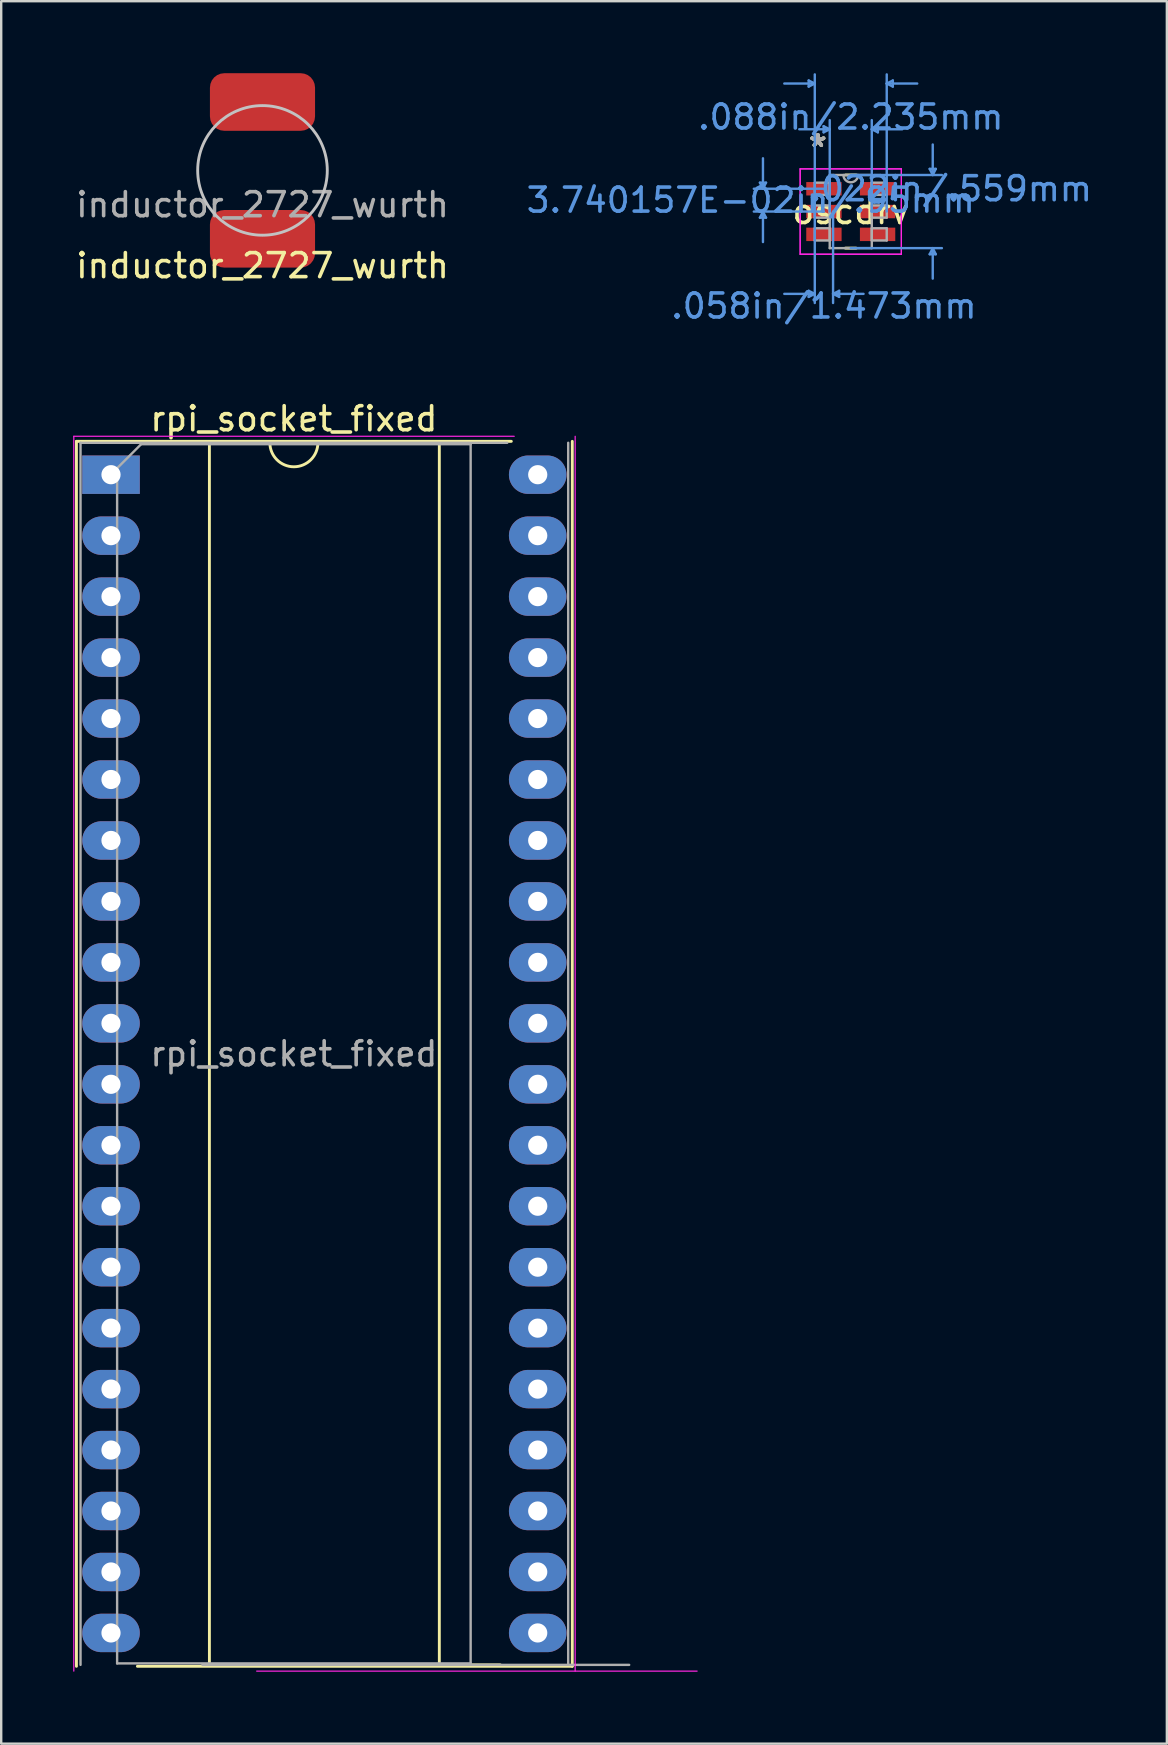
<source format=kicad_pcb>
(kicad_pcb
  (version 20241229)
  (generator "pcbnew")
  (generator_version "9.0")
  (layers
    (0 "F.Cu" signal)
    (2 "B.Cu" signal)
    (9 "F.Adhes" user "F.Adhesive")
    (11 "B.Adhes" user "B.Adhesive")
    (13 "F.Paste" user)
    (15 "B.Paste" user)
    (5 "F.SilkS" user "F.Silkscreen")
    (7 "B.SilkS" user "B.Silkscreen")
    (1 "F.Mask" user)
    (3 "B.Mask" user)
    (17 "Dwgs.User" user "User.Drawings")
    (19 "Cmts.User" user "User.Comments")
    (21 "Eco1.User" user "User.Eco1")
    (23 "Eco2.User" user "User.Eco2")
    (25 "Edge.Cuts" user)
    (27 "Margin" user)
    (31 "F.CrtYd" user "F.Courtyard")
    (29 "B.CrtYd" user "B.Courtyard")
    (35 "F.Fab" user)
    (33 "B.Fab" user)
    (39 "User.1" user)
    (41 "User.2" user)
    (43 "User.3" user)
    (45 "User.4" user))
  (footprint "oscdrv"
    (layer "F.Cu")
    (at 32.398 5.765)
    (property "Reference" "oscdrv" (at 0 0 0) (layer "F.SilkS") (effects (font (size 1 1) (thickness 0.15))))
    (attr through_hole)
    (fp_line (start -0.226 1.524) (end 0.226 1.524) (stroke (width 0.12) (type solid)) (layer "F.SilkS"))
    (fp_line (start 0.226 -1.524) (end -0.226 -1.524) (stroke (width 0.12) (type solid)) (layer "F.SilkS"))
    (fp_line (start -3.785 -1.204) (end -3.531 -1.204) (stroke (width 0.1) (type solid)) (layer "Cmts.User"))
    (fp_line (start -3.785 0.254) (end -3.531 0.254) (stroke (width 0.1) (type solid)) (layer "Cmts.User"))
    (fp_line (start -3.658 -0.95) (end -3.785 -1.204) (stroke (width 0.1) (type solid)) (layer "Cmts.User"))
    (fp_line (start -3.658 -0.95) (end -3.658 -2.22) (stroke (width 0.1) (type solid)) (layer "Cmts.User"))
    (fp_line (start -3.658 -0.95) (end -3.531 -1.204) (stroke (width 0.1) (type solid)) (layer "Cmts.User"))
    (fp_line (start -3.658 0) (end -3.785 0.254) (stroke (width 0.1) (type solid)) (layer "Cmts.User"))
    (fp_line (start -3.658 0) (end -3.658 1.27) (stroke (width 0.1) (type solid)) (layer "Cmts.User"))
    (fp_line (start -3.658 0) (end -3.531 0.254) (stroke (width 0.1) (type solid)) (layer "Cmts.User"))
    (fp_line (start -1.753 -5.461) (end -1.753 -5.207) (stroke (width 0.1) (type solid)) (layer "Cmts.User"))
    (fp_line (start -1.753 3.302) (end -1.753 3.556) (stroke (width 0.1) (type solid)) (layer "Cmts.User"))
    (fp_line (start -1.499 -5.334) (end -2.769 -5.334) (stroke (width 0.1) (type solid)) (layer "Cmts.User"))
    (fp_line (start -1.499 -5.334) (end -1.753 -5.461) (stroke (width 0.1) (type solid)) (layer "Cmts.User"))
    (fp_line (start -1.499 -5.334) (end -1.753 -5.207) (stroke (width 0.1) (type solid)) (layer "Cmts.User"))
    (fp_line (start -1.499 0) (end -1.499 -5.715) (stroke (width 0.1) (type solid)) (layer "Cmts.User"))
    (fp_line (start -1.499 0) (end -1.499 3.81) (stroke (width 0.1) (type solid)) (layer "Cmts.User"))
    (fp_line (start -1.499 3.429) (end -2.769 3.429) (stroke (width 0.1) (type solid)) (layer "Cmts.User"))
    (fp_line (start -1.499 3.429) (end -1.753 3.302) (stroke (width 0.1) (type solid)) (layer "Cmts.User"))
    (fp_line (start -1.499 3.429) (end -1.753 3.556) (stroke (width 0.1) (type solid)) (layer "Cmts.User"))
    (fp_line (start -1.13 -3.556) (end -1.13 -3.302) (stroke (width 0.1) (type solid)) (layer "Cmts.User"))
    (fp_line (start -1.118 -0.95) (end -4.039 -0.95) (stroke (width 0.1) (type solid)) (layer "Cmts.User"))
    (fp_line (start -1.118 0) (end -4.039 0) (stroke (width 0.1) (type solid)) (layer "Cmts.User"))
    (fp_line (start -0.876 -3.429) (end -2.146 -3.429) (stroke (width 0.1) (type solid)) (layer "Cmts.User"))
    (fp_line (start -0.876 -3.429) (end -1.13 -3.556) (stroke (width 0.1) (type solid)) (layer "Cmts.User"))
    (fp_line (start -0.876 -3.429) (end -1.13 -3.302) (stroke (width 0.1) (type solid)) (layer "Cmts.User"))
    (fp_line (start -0.876 0) (end -0.876 -3.81) (stroke (width 0.1) (type solid)) (layer "Cmts.User"))
    (fp_line (start -0.737 0) (end -0.737 3.81) (stroke (width 0.1) (type solid)) (layer "Cmts.User"))
    (fp_line (start -0.737 3.429) (end -0.483 3.302) (stroke (width 0.1) (type solid)) (layer "Cmts.User"))
    (fp_line (start -0.737 3.429) (end -0.483 3.556) (stroke (width 0.1) (type solid)) (layer "Cmts.User"))
    (fp_line (start -0.737 3.429) (end 0.533 3.429) (stroke (width 0.1) (type solid)) (layer "Cmts.User"))
    (fp_line (start -0.483 3.302) (end -0.483 3.556) (stroke (width 0.1) (type solid)) (layer "Cmts.User"))
    (fp_line (start 0 -1.524) (end 3.797 -1.524) (stroke (width 0.1) (type solid)) (layer "Cmts.User"))
    (fp_line (start 0 1.524) (end 3.797 1.524) (stroke (width 0.1) (type solid)) (layer "Cmts.User"))
    (fp_line (start 0.876 -3.429) (end 1.13 -3.556) (stroke (width 0.1) (type solid)) (layer "Cmts.User"))
    (fp_line (start 0.876 -3.429) (end 1.13 -3.302) (stroke (width 0.1) (type solid)) (layer "Cmts.User"))
    (fp_line (start 0.876 -3.429) (end 2.146 -3.429) (stroke (width 0.1) (type solid)) (layer "Cmts.User"))
    (fp_line (start 0.876 0) (end 0.876 -3.81) (stroke (width 0.1) (type solid)) (layer "Cmts.User"))
    (fp_line (start 1.13 -3.556) (end 1.13 -3.302) (stroke (width 0.1) (type solid)) (layer "Cmts.User"))
    (fp_line (start 1.499 -5.334) (end 1.753 -5.461) (stroke (width 0.1) (type solid)) (layer "Cmts.User"))
    (fp_line (start 1.499 -5.334) (end 1.753 -5.207) (stroke (width 0.1) (type solid)) (layer "Cmts.User"))
    (fp_line (start 1.499 -5.334) (end 2.769 -5.334) (stroke (width 0.1) (type solid)) (layer "Cmts.User"))
    (fp_line (start 1.499 0) (end 1.499 -5.715) (stroke (width 0.1) (type solid)) (layer "Cmts.User"))
    (fp_line (start 1.753 -5.461) (end 1.753 -5.207) (stroke (width 0.1) (type solid)) (layer "Cmts.User"))
    (fp_line (start 3.289 -1.778) (end 3.543 -1.778) (stroke (width 0.1) (type solid)) (layer "Cmts.User"))
    (fp_line (start 3.289 1.778) (end 3.543 1.778) (stroke (width 0.1) (type solid)) (layer "Cmts.User"))
    (fp_line (start 3.416 -1.524) (end 3.289 -1.778) (stroke (width 0.1) (type solid)) (layer "Cmts.User"))
    (fp_line (start 3.416 -1.524) (end 3.416 -2.794) (stroke (width 0.1) (type solid)) (layer "Cmts.User"))
    (fp_line (start 3.416 -1.524) (end 3.543 -1.778) (stroke (width 0.1) (type solid)) (layer "Cmts.User"))
    (fp_line (start 3.416 1.524) (end 3.289 1.778) (stroke (width 0.1) (type solid)) (layer "Cmts.User"))
    (fp_line (start 3.416 1.524) (end 3.416 2.794) (stroke (width 0.1) (type solid)) (layer "Cmts.User"))
    (fp_line (start 3.416 1.524) (end 3.543 1.778) (stroke (width 0.1) (type solid)) (layer "Cmts.User"))
    (fp_line (start -2.108 -1.778) (end 2.108 -1.778) (stroke (width 0.05) (type solid)) (layer "F.CrtYd"))
    (fp_line (start -2.108 -1.778) (end 2.108 -1.778) (stroke (width 0.05) (type solid)) (layer "F.CrtYd"))
    (fp_line (start -2.108 1.778) (end -2.108 -1.778) (stroke (width 0.05) (type solid)) (layer "F.CrtYd"))
    (fp_line (start -2.108 1.778) (end -2.108 -1.778) (stroke (width 0.05) (type solid)) (layer "F.CrtYd"))
    (fp_line (start 2.108 -1.778) (end 2.108 1.778) (stroke (width 0.05) (type solid)) (layer "F.CrtYd"))
    (fp_line (start 2.108 -1.778) (end 2.108 1.778) (stroke (width 0.05) (type solid)) (layer "F.CrtYd"))
    (fp_line (start 2.108 1.778) (end -2.108 1.778) (stroke (width 0.05) (type solid)) (layer "F.CrtYd"))
    (fp_line (start 2.108 1.778) (end -2.108 1.778) (stroke (width 0.05) (type solid)) (layer "F.CrtYd"))
    (fp_line (start -1.499 -1.204) (end -1.499 -0.696) (stroke (width 0.1) (type solid)) (layer "F.Fab"))
    (fp_line (start -1.499 -0.696) (end -0.876 -0.696) (stroke (width 0.1) (type solid)) (layer "F.Fab"))
    (fp_line (start -1.499 -0.254) (end -1.499 0.254) (stroke (width 0.1) (type solid)) (layer "F.Fab"))
    (fp_line (start -1.499 0.254) (end -0.876 0.254) (stroke (width 0.1) (type solid)) (layer "F.Fab"))
    (fp_line (start -1.499 0.696) (end -1.499 1.204) (stroke (width 0.1) (type solid)) (layer "F.Fab"))
    (fp_line (start -1.499 1.204) (end -0.876 1.204) (stroke (width 0.1) (type solid)) (layer "F.Fab"))
    (fp_line (start -0.876 -1.524) (end -0.876 1.524) (stroke (width 0.1) (type solid)) (layer "F.Fab"))
    (fp_line (start -0.876 -1.204) (end -1.499 -1.204) (stroke (width 0.1) (type solid)) (layer "F.Fab"))
    (fp_line (start -0.876 -0.696) (end -0.876 -1.204) (stroke (width 0.1) (type solid)) (layer "F.Fab"))
    (fp_line (start -0.876 -0.254) (end -1.499 -0.254) (stroke (width 0.1) (type solid)) (layer "F.Fab"))
    (fp_line (start -0.876 0.254) (end -0.876 -0.254) (stroke (width 0.1) (type solid)) (layer "F.Fab"))
    (fp_line (start -0.876 0.696) (end -1.499 0.696) (stroke (width 0.1) (type solid)) (layer "F.Fab"))
    (fp_line (start -0.876 1.204) (end -0.876 0.696) (stroke (width 0.1) (type solid)) (layer "F.Fab"))
    (fp_line (start -0.876 1.524) (end 0.876 1.524) (stroke (width 0.1) (type solid)) (layer "F.Fab"))
    (fp_line (start 0.876 -1.524) (end -0.876 -1.524) (stroke (width 0.1) (type solid)) (layer "F.Fab"))
    (fp_line (start 0.876 -1.204) (end 0.876 -0.696) (stroke (width 0.1) (type solid)) (layer "F.Fab"))
    (fp_line (start 0.876 -0.696) (end 1.499 -0.696) (stroke (width 0.1) (type solid)) (layer "F.Fab"))
    (fp_line (start 0.876 -0.254) (end 0.876 0.254) (stroke (width 0.1) (type solid)) (layer "F.Fab"))
    (fp_line (start 0.876 0.254) (end 1.499 0.254) (stroke (width 0.1) (type solid)) (layer "F.Fab"))
    (fp_line (start 0.876 0.696) (end 0.876 1.204) (stroke (width 0.1) (type solid)) (layer "F.Fab"))
    (fp_line (start 0.876 1.204) (end 1.499 1.204) (stroke (width 0.1) (type solid)) (layer "F.Fab"))
    (fp_line (start 0.876 1.524) (end 0.876 -1.524) (stroke (width 0.1) (type solid)) (layer "F.Fab"))
    (fp_line (start 1.499 -1.204) (end 0.876 -1.204) (stroke (width 0.1) (type solid)) (layer "F.Fab"))
    (fp_line (start 1.499 -0.696) (end 1.499 -1.204) (stroke (width 0.1) (type solid)) (layer "F.Fab"))
    (fp_line (start 1.499 -0.254) (end 0.876 -0.254) (stroke (width 0.1) (type solid)) (layer "F.Fab"))
    (fp_line (start 1.499 0.254) (end 1.499 -0.254) (stroke (width 0.1) (type solid)) (layer "F.Fab"))
    (fp_line (start 1.499 0.696) (end 0.876 0.696) (stroke (width 0.1) (type solid)) (layer "F.Fab"))
    (fp_line (start 1.499 1.204) (end 1.499 0.696) (stroke (width 0.1) (type solid)) (layer "F.Fab"))
    (fp_arc (start 0.3048 -1.524) (mid 0 -1.2192) (end -0.3048 -1.524) (stroke (width 0.1) (type solid)) (layer "F.Fab"))
    (fp_text user "*" (at -1.372 -2.652 0) (layer "F.SilkS") (effects (font (size 1 1) (thickness 0.15))))
    (fp_text user "*" (at -1.372 -2.652 0) (layer "F.SilkS") (effects (font (size 1 1) (thickness 0.15))))
    (fp_text user ".022in/.559mm" (at 4.166 -0.95 0) (layer "Cmts.User") (effects (font (size 1 1) (thickness 0.15))))
    (fp_text user "3.740157E-02in/.95mm" (at -4.166 -0.475 0) (layer "Cmts.User") (effects (font (size 1 1) (thickness 0.15))))
    (fp_text user ".058in/1.473mm" (at -1.118 3.937 0) (layer "Cmts.User") (effects (font (size 1 1) (thickness 0.15))))
    (fp_text user "Copyright 2021 Accelerated Designs. All rights reserved." (at 0 0 0) (layer "Cmts.User") (effects (font (size 0.127 0.127) (thickness 0.002))))
    (fp_text user ".088in/2.235mm" (at 0 -3.937 0) (layer "Cmts.User") (effects (font (size 1 1) (thickness 0.15))))
    (fp_text user "*" (at -1.372 -2.652 0) (layer "F.Fab") (effects (font (size 1 1) (thickness 0.15))))
    (fp_text user "*" (at -1.372 -2.652 0) (layer "F.Fab") (effects (font (size 1 1) (thickness 0.15))))
    (pad "1" smd rect (at -1.118 -0.95) (size 1.473 0.559) (layers "F.Cu" "F.Mask" "F.Paste"))
    (pad "2" smd rect (at -1.118 0) (size 1.473 0.559) (layers "F.Cu" "F.Mask" "F.Paste"))
    (pad "3" smd rect (at -1.118 0.95) (size 1.473 0.559) (layers "F.Cu" "F.Mask" "F.Paste"))
    (pad "4" smd rect (at 1.118 0.95) (size 1.473 0.559) (layers "F.Cu" "F.Mask" "F.Paste"))
    (pad "5" smd rect (at 1.118 0) (size 1.473 0.559) (layers "F.Cu" "F.Mask" "F.Paste"))
    (pad "6" smd rect (at 1.118 -0.95) (size 1.473 0.559) (layers "F.Cu" "F.Mask" "F.Paste")))
  (footprint "rpi_socket_fixed"
    (layer "F.Cu")
    (at 1.575 16.729)
    (property "Reference" "rpi_socket_fixed" (at 7.62 -2.33 0) (layer "F.SilkS") (effects (font (size 1 1) (thickness 0.15))))
    (attr through_hole)
    (fp_line (start -1.44 -1.39) (end -1.44 49.65) (stroke (width 0.12) (type solid)) (layer "F.SilkS"))
    (fp_line (start 1.1 49.65) (end 19.22 49.65) (stroke (width 0.12) (type solid)) (layer "F.SilkS"))
    (fp_line (start 4.1 -1.33) (end 4.1 49.59) (stroke (width 0.12) (type solid)) (layer "F.SilkS"))
    (fp_line (start 4.1 49.59) (end 16.22 49.59) (stroke (width 0.12) (type solid)) (layer "F.SilkS"))
    (fp_line (start 6.62 -1.33) (end 1.56 -1.33) (stroke (width 0.12) (type solid)) (layer "F.SilkS"))
    (fp_line (start 13.68 -1.33) (end 8.62 -1.33) (stroke (width 0.12) (type solid)) (layer "F.SilkS"))
    (fp_line (start 13.68 49.59) (end 13.68 -1.33) (stroke (width 0.12) (type solid)) (layer "F.SilkS"))
    (fp_line (start 16.68 -1.39) (end -1.44 -1.39) (stroke (width 0.12) (type solid)) (layer "F.SilkS"))
    (fp_line (start 19.22 49.65) (end 19.22 -1.39) (stroke (width 0.12) (type solid)) (layer "F.SilkS"))
    (fp_arc (start 8.62 -1.33) (mid 7.62 -0.33) (end 6.62 -1.33) (stroke (width 0.12) (type solid)) (layer "F.SilkS"))
    (fp_line (start -1.55 -1.6) (end -1.55 49.85) (stroke (width 0.05) (type solid)) (layer "F.CrtYd"))
    (fp_line (start 6.07 49.85) (end 24.42 49.85) (stroke (width 0.05) (type solid)) (layer "F.CrtYd"))
    (fp_line (start 16.8 -1.6) (end -1.55 -1.6) (stroke (width 0.05) (type solid)) (layer "F.CrtYd"))
    (fp_line (start 19.34 49.85) (end 19.34 -1.6) (stroke (width 0.05) (type solid)) (layer "F.CrtYd"))
    (fp_line (start -1.27 -1.33) (end -1.27 49.59) (stroke (width 0.1) (type solid)) (layer "F.Fab"))
    (fp_line (start 0.255 -0.27) (end 1.255 -1.27) (stroke (width 0.1) (type solid)) (layer "F.Fab"))
    (fp_line (start 0.255 49.53) (end 0.255 -0.27) (stroke (width 0.1) (type solid)) (layer "F.Fab"))
    (fp_line (start 1.255 -1.27) (end 14.985 -1.27) (stroke (width 0.1) (type solid)) (layer "F.Fab"))
    (fp_line (start 3.81 49.59) (end 21.59 49.59) (stroke (width 0.1) (type solid)) (layer "F.Fab"))
    (fp_line (start 14.985 -1.27) (end 14.985 49.53) (stroke (width 0.1) (type solid)) (layer "F.Fab"))
    (fp_line (start 14.985 49.53) (end 0.255 49.53) (stroke (width 0.1) (type solid)) (layer "F.Fab"))
    (fp_line (start 16.51 -1.33) (end -1.27 -1.33) (stroke (width 0.1) (type solid)) (layer "F.Fab"))
    (fp_line (start 19.05 49.59) (end 19.05 -1.33) (stroke (width 0.1) (type solid)) (layer "F.Fab"))
    (fp_text user "${REFERENCE}" (at 7.62 24.13 0) (layer "F.Fab") (effects (font (size 1 1) (thickness 0.15))))
    (pad "1" thru_hole rect (at 0 0) (size 2.4 1.6) (drill 0.8) (layers "*.Cu" "*.Mask"))
    (pad "2" thru_hole oval (at 0 2.54) (size 2.4 1.6) (drill 0.8) (layers "*.Cu" "*.Mask"))
    (pad "3" thru_hole oval (at 0 5.08) (size 2.4 1.6) (drill 0.8) (layers "*.Cu" "*.Mask"))
    (pad "4" thru_hole oval (at 0 7.62) (size 2.4 1.6) (drill 0.8) (layers "*.Cu" "*.Mask"))
    (pad "5" thru_hole oval (at 0 10.16) (size 2.4 1.6) (drill 0.8) (layers "*.Cu" "*.Mask"))
    (pad "6" thru_hole oval (at 0 12.7) (size 2.4 1.6) (drill 0.8) (layers "*.Cu" "*.Mask"))
    (pad "7" thru_hole oval (at 0 15.24) (size 2.4 1.6) (drill 0.8) (layers "*.Cu" "*.Mask"))
    (pad "8" thru_hole oval (at 0 17.78) (size 2.4 1.6) (drill 0.8) (layers "*.Cu" "*.Mask"))
    (pad "9" thru_hole oval (at 0 20.32) (size 2.4 1.6) (drill 0.8) (layers "*.Cu" "*.Mask"))
    (pad "10" thru_hole oval (at 0 22.86) (size 2.4 1.6) (drill 0.8) (layers "*.Cu" "*.Mask"))
    (pad "11" thru_hole oval (at 0 25.4) (size 2.4 1.6) (drill 0.8) (layers "*.Cu" "*.Mask"))
    (pad "12" thru_hole oval (at 0 27.94) (size 2.4 1.6) (drill 0.8) (layers "*.Cu" "*.Mask"))
    (pad "13" thru_hole oval (at 0 30.48) (size 2.4 1.6) (drill 0.8) (layers "*.Cu" "*.Mask"))
    (pad "14" thru_hole oval (at 0 33.02) (size 2.4 1.6) (drill 0.8) (layers "*.Cu" "*.Mask"))
    (pad "15" thru_hole oval (at 0 35.56) (size 2.4 1.6) (drill 0.8) (layers "*.Cu" "*.Mask"))
    (pad "16" thru_hole oval (at 0 38.1) (size 2.4 1.6) (drill 0.8) (layers "*.Cu" "*.Mask"))
    (pad "17" thru_hole oval (at 0 40.64) (size 2.4 1.6) (drill 0.8) (layers "*.Cu" "*.Mask"))
    (pad "18" thru_hole oval (at 0 43.18) (size 2.4 1.6) (drill 0.8) (layers "*.Cu" "*.Mask"))
    (pad "19" thru_hole oval (at 0 45.72) (size 2.4 1.6) (drill 0.8) (layers "*.Cu" "*.Mask"))
    (pad "20" thru_hole oval (at 0 48.26) (size 2.4 1.6) (drill 0.8) (layers "*.Cu" "*.Mask"))
    (pad "21" thru_hole oval (at 17.78 48.26) (size 2.4 1.6) (drill 0.8) (layers "*.Cu" "*.Mask"))
    (pad "22" thru_hole oval (at 17.78 45.72) (size 2.4 1.6) (drill 0.8) (layers "*.Cu" "*.Mask"))
    (pad "23" thru_hole oval (at 17.78 43.18) (size 2.4 1.6) (drill 0.8) (layers "*.Cu" "*.Mask"))
    (pad "24" thru_hole oval (at 17.78 40.64) (size 2.4 1.6) (drill 0.8) (layers "*.Cu" "*.Mask"))
    (pad "25" thru_hole oval (at 17.78 38.1) (size 2.4 1.6) (drill 0.8) (layers "*.Cu" "*.Mask"))
    (pad "26" thru_hole oval (at 17.78 35.56) (size 2.4 1.6) (drill 0.8) (layers "*.Cu" "*.Mask"))
    (pad "27" thru_hole oval (at 17.78 33.02) (size 2.4 1.6) (drill 0.8) (layers "*.Cu" "*.Mask"))
    (pad "28" thru_hole oval (at 17.78 30.48) (size 2.4 1.6) (drill 0.8) (layers "*.Cu" "*.Mask"))
    (pad "29" thru_hole oval (at 17.78 27.94) (size 2.4 1.6) (drill 0.8) (layers "*.Cu" "*.Mask"))
    (pad "30" thru_hole oval (at 17.78 25.4) (size 2.4 1.6) (drill 0.8) (layers "*.Cu" "*.Mask"))
    (pad "31" thru_hole oval (at 17.78 22.86) (size 2.4 1.6) (drill 0.8) (layers "*.Cu" "*.Mask"))
    (pad "32" thru_hole oval (at 17.78 20.32) (size 2.4 1.6) (drill 0.8) (layers "*.Cu" "*.Mask"))
    (pad "33" thru_hole oval (at 17.78 17.78) (size 2.4 1.6) (drill 0.8) (layers "*.Cu" "*.Mask"))
    (pad "34" thru_hole oval (at 17.78 15.24) (size 2.4 1.6) (drill 0.8) (layers "*.Cu" "*.Mask"))
    (pad "35" thru_hole oval (at 17.78 12.7) (size 2.4 1.6) (drill 0.8) (layers "*.Cu" "*.Mask"))
    (pad "36" thru_hole oval (at 17.78 10.16) (size 2.4 1.6) (drill 0.8) (layers "*.Cu" "*.Mask"))
    (pad "37" thru_hole oval (at 17.78 7.62) (size 2.4 1.6) (drill 0.8) (layers "*.Cu" "*.Mask"))
    (pad "38" thru_hole oval (at 17.78 5.08) (size 2.4 1.6) (drill 0.8) (layers "*.Cu" "*.Mask"))
    (pad "39" thru_hole oval (at 17.78 2.54) (size 2.4 1.6) (drill 0.8) (layers "*.Cu" "*.Mask"))
    (pad "40" thru_hole oval (at 17.78 0) (size 2.4 1.6) (drill 0.8) (layers "*.Cu" "*.Mask")))
  (footprint "inductor_2727_wurth"
    (layer "F.Cu")
    (at 7.887 0.4)
    (property "Reference" "inductor_2727_wurth" (at 0 7.62 0) (unlocked yes) (layer "F.SilkS") (effects (font (size 1 1) (thickness 0.15))))
    (attr smd)
    (fp_circle (center 0 3.65) (end 2.7 3.65) (stroke (width 0.12) (type solid)) (fill no) (layer "Dwgs.User"))
    (fp_rect (start -3.65 0) (end 3.65 7.3) (stroke (width 0.12) (type solid)) (fill no) (layer "Margin"))
    (fp_circle (center 0 2.54) (end 0 2.54) (stroke (width 0.12) (type solid)) (fill no) (layer "Margin"))
    (fp_text user "${REFERENCE}" (at 0 5.08 0) (unlocked yes) (layer "F.Fab") (effects (font (size 1 1) (thickness 0.15))))
    (pad "1" smd roundrect (at 0 0.8) (size 4.38 2.4) (layers "F.Cu" "F.Mask" "F.Paste") (roundrect_rratio 0.25))
    (pad "2" smd roundrect (at 0 6.5) (size 4.38 2.4) (layers "F.Cu" "F.Mask" "F.Paste") (roundrect_rratio 0.25)))
  (gr_rect
    (start -3 -3)
    (end 45.569 69.603)
    (stroke (width 0.1) (type default))
    (fill no)
    (layer "Edge.Cuts")))
</source>
